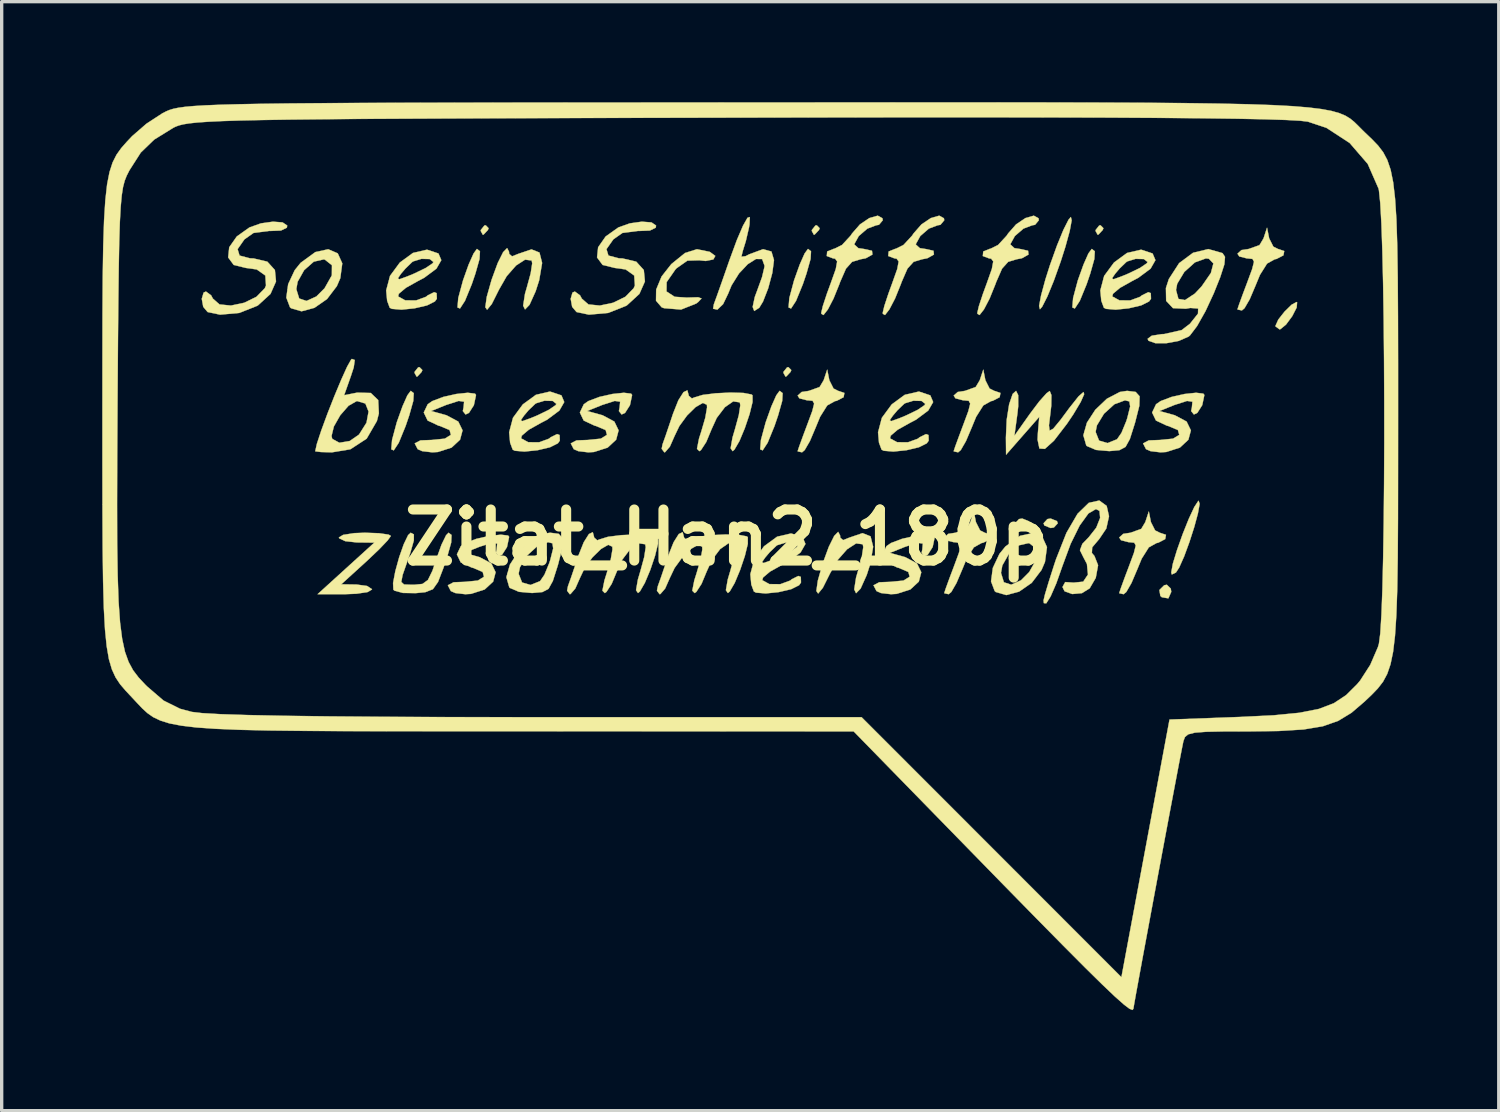
<source format=kicad_pcb>
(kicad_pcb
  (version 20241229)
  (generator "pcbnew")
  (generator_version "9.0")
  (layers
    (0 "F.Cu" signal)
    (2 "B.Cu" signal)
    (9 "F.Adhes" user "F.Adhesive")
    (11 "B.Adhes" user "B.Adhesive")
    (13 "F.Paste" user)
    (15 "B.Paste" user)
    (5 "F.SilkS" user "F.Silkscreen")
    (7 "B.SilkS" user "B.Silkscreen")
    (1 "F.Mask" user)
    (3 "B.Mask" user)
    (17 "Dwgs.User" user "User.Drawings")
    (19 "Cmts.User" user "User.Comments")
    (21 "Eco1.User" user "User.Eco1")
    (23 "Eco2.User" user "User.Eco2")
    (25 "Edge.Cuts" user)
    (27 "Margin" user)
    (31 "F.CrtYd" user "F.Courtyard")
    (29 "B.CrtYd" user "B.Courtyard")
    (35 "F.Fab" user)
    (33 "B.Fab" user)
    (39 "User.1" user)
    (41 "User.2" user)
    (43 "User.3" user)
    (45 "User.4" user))
  (footprint "Zitat_Han2_180p"
    (layer "F.Cu")
    (at 18.632 12.986)
    (property "Reference" "Zitat_Han2_180p" (at 0 0 0) (layer "F.SilkS") (effects (font (size 1.524 1.524) (thickness 0.3))))
    (attr through_hole)
    (fp_poly (pts (xy -9.08 -4.994) (xy -9.102 -4.939) (xy -9.228 -4.804) (xy -9.251 -4.798) (xy -9.312 -4.907) (xy -9.313 -4.939) (xy -9.205 -5.075) (xy -9.164 -5.08) (xy -9.08 -4.994)) (stroke (width 0.01) (type solid)) (fill yes) (layer "F.SilkS"))
    (fp_poly (pts (xy -7.104 -9.227) (xy -7.126 -9.172) (xy -7.253 -9.038) (xy -7.276 -9.031) (xy -7.336 -9.14) (xy -7.338 -9.172) (xy -7.229 -9.308) (xy -7.188 -9.313) (xy -7.104 -9.227)) (stroke (width 0.01) (type solid)) (fill yes) (layer "F.SilkS"))
    (fp_poly (pts (xy 1.927 -4.994) (xy 1.905 -4.939) (xy 1.778 -4.804) (xy 1.756 -4.798) (xy 1.695 -4.907) (xy 1.693 -4.939) (xy 1.802 -5.075) (xy 1.843 -5.08) (xy 1.927 -4.994)) (stroke (width 0.01) (type solid)) (fill yes) (layer "F.SilkS"))
    (fp_poly (pts (xy 2.774 -9.227) (xy 2.752 -9.172) (xy 2.625 -9.038) (xy 2.602 -9.031) (xy 2.542 -9.14) (xy 2.54 -9.172) (xy 2.648 -9.308) (xy 2.689 -9.313) (xy 2.774 -9.227)) (stroke (width 0.01) (type solid)) (fill yes) (layer "F.SilkS"))
    (fp_poly (pts (xy 9.007 -0.488) (xy 9.031 -0.423) (xy 8.917 -0.298) (xy 8.819 -0.282) (xy 8.632 -0.358) (xy 8.608 -0.423) (xy 8.722 -0.549) (xy 8.819 -0.564) (xy 9.007 -0.488)) (stroke (width 0.01) (type solid)) (fill yes) (layer "F.SilkS"))
    (fp_poly (pts (xy 9.854 -0.488) (xy 9.878 -0.423) (xy 9.763 -0.298) (xy 9.666 -0.282) (xy 9.478 -0.358) (xy 9.454 -0.423) (xy 9.569 -0.549) (xy 9.666 -0.564) (xy 9.854 -0.488)) (stroke (width 0.01) (type solid)) (fill yes) (layer "F.SilkS"))
    (fp_poly (pts (xy 11.24 -9.227) (xy 11.218 -9.172) (xy 11.092 -9.038) (xy 11.069 -9.031) (xy 11.008 -9.14) (xy 11.007 -9.172) (xy 11.115 -9.308) (xy 11.156 -9.313) (xy 11.24 -9.227)) (stroke (width 0.01) (type solid)) (fill yes) (layer "F.SilkS"))
    (fp_poly (pts (xy 13.25 1.526) (xy 13.264 1.623) (xy 13.178 1.817) (xy 12.983 1.783) (xy 12.939 1.744) (xy 12.91 1.568) (xy 13.054 1.426) (xy 13.132 1.411) (xy 13.25 1.526)) (stroke (width 0.01) (type solid)) (fill yes) (layer "F.SilkS"))
    (fp_poly (pts (xy 17.019 -7.017) (xy 17.006 -6.86) (xy 16.873 -6.601) (xy 16.687 -6.35) (xy 16.518 -6.213) (xy 16.494 -6.209) (xy 16.374 -6.298) (xy 16.374 -6.315) (xy 16.458 -6.501) (xy 16.646 -6.74) (xy 16.855 -6.945) (xy 17.003 -7.025) (xy 17.019 -7.017)) (stroke (width 0.01) (type solid)) (fill yes) (layer "F.SilkS"))
    (fp_poly (pts (xy -9.337 -4.306) (xy -9.351 -4.074) (xy -9.472 -3.642) (xy -9.58 -3.325) (xy -9.784 -2.826) (xy -9.934 -2.598) (xy -10.007 -2.63) (xy -9.984 -2.912) (xy -9.844 -3.434) (xy -9.839 -3.449) (xy -9.674 -3.91) (xy -9.527 -4.241) (xy -9.428 -4.374) (xy -9.426 -4.374) (xy -9.337 -4.306)) (stroke (width 0.01) (type solid)) (fill yes) (layer "F.SilkS"))
    (fp_poly (pts (xy -7.362 -8.539) (xy -7.375 -8.307) (xy -7.497 -7.876) (xy -7.605 -7.558) (xy -7.809 -7.06) (xy -7.958 -6.831) (xy -8.032 -6.863) (xy -8.009 -7.145) (xy -7.868 -7.667) (xy -7.863 -7.682) (xy -7.699 -8.143) (xy -7.551 -8.475) (xy -7.453 -8.608) (xy -7.45 -8.608) (xy -7.362 -8.539)) (stroke (width 0.01) (type solid)) (fill yes) (layer "F.SilkS"))
    (fp_poly (pts (xy 1.669 -4.306) (xy 1.656 -4.074) (xy 1.534 -3.642) (xy 1.426 -3.325) (xy 1.222 -2.826) (xy 1.073 -2.598) (xy 1 -2.63) (xy 1.022 -2.912) (xy 1.163 -3.434) (xy 1.168 -3.449) (xy 1.333 -3.91) (xy 1.48 -4.241) (xy 1.578 -4.374) (xy 1.581 -4.374) (xy 1.669 -4.306)) (stroke (width 0.01) (type solid)) (fill yes) (layer "F.SilkS"))
    (fp_poly (pts (xy 2.516 -8.539) (xy 2.502 -8.307) (xy 2.381 -7.876) (xy 2.273 -7.558) (xy 2.069 -7.06) (xy 1.92 -6.831) (xy 1.846 -6.863) (xy 1.869 -7.145) (xy 2.009 -7.667) (xy 2.014 -7.682) (xy 2.179 -8.143) (xy 2.326 -8.475) (xy 2.425 -8.608) (xy 2.428 -8.608) (xy 2.516 -8.539)) (stroke (width 0.01) (type solid)) (fill yes) (layer "F.SilkS"))
    (fp_poly (pts (xy 10.983 -8.539) (xy 10.969 -8.307) (xy 10.848 -7.876) (xy 10.74 -7.558) (xy 10.536 -7.06) (xy 10.386 -6.831) (xy 10.313 -6.863) (xy 10.336 -7.145) (xy 10.476 -7.667) (xy 10.481 -7.682) (xy 10.646 -8.143) (xy 10.793 -8.475) (xy 10.892 -8.608) (xy 10.894 -8.608) (xy 10.983 -8.539)) (stroke (width 0.01) (type solid)) (fill yes) (layer "F.SilkS"))
    (fp_poly (pts (xy 10.293 -9.461) (xy 10.235 -9.146) (xy 10.105 -8.671) (xy 9.967 -8.238) (xy 9.76 -7.658) (xy 9.567 -7.188) (xy 9.414 -6.887) (xy 9.346 -6.808) (xy 9.321 -6.908) (xy 9.38 -7.222) (xy 9.509 -7.698) (xy 9.647 -8.131) (xy 9.855 -8.711) (xy 10.048 -9.181) (xy 10.2 -9.482) (xy 10.269 -9.561) (xy 10.293 -9.461)) (stroke (width 0.01) (type solid)) (fill yes) (layer "F.SilkS"))
    (fp_poly (pts (xy 14.111 -1.002) (xy 14.06 -0.718) (xy 13.951 -0.314) (xy 13.806 0.137) (xy 13.649 0.565) (xy 13.501 0.897) (xy 13.404 1.046) (xy 13.28 1.105) (xy 13.264 1.043) (xy 13.312 0.781) (xy 13.436 0.375) (xy 13.603 -0.096) (xy 13.785 -0.55) (xy 13.951 -0.907) (xy 14.069 -1.088) (xy 14.081 -1.095) (xy 14.111 -1.002)) (stroke (width 0.01) (type solid)) (fill yes) (layer "F.SilkS"))
    (fp_poly (pts (xy -10.37 -0.126) (xy -10.088 -0.085) (xy -10.019 -0.046) (xy -10.116 0.088) (xy -10.371 0.355) (xy -10.73 0.696) (xy -10.76 0.723) (xy -11.501 1.398) (xy -11.042 1.405) (xy -10.73 1.447) (xy -10.585 1.542) (xy -10.583 1.552) (xy -10.711 1.628) (xy -11.043 1.679) (xy -11.395 1.693) (xy -12.206 1.693) (xy -11.359 0.923) (xy -10.513 0.154) (xy -11.042 0.148) (xy -11.382 0.11) (xy -11.562 0.025) (xy -11.571 0) (xy -11.444 -0.077) (xy -11.114 -0.129) (xy -10.795 -0.141) (xy -10.37 -0.126)) (stroke (width 0.01) (type solid)) (fill yes) (layer "F.SilkS"))
    (fp_poly (pts (xy -0.506 -8.522) (xy -0.34 -8.401) (xy -0.398 -8.295) (xy -0.626 -8.25) (xy -0.817 -8.27) (xy -1.172 -8.26) (xy -1.494 -8.034) (xy -1.53 -7.996) (xy -1.792 -7.619) (xy -1.796 -7.34) (xy -1.553 -7.181) (xy -1.194 -7.157) (xy -0.851 -7.167) (xy -0.75 -7.131) (xy -0.853 -7.023) (xy -0.909 -6.98) (xy -1.361 -6.8) (xy -1.868 -6.841) (xy -1.94 -6.867) (xy -2.109 -7.064) (xy -2.104 -7.396) (xy -1.941 -7.789) (xy -1.651 -8.157) (xy -1.243 -8.488) (xy -0.887 -8.6) (xy -0.506 -8.522)) (stroke (width 0.01) (type solid)) (fill yes) (layer "F.SilkS"))
    (fp_poly (pts (xy -6.494 -8.525) (xy -6.491 -8.462) (xy -6.405 -8.388) (xy -6.218 -8.462) (xy -5.824 -8.595) (xy -5.586 -8.501) (xy -5.507 -8.19) (xy -5.595 -7.674) (xy -5.7 -7.346) (xy -5.883 -6.941) (xy -6.017 -6.803) (xy -6.073 -6.917) (xy -6.018 -7.27) (xy -5.961 -7.468) (xy -5.848 -7.882) (xy -5.803 -8.177) (xy -5.818 -8.264) (xy -6.015 -8.289) (xy -6.283 -8.116) (xy -6.564 -7.796) (xy -6.793 -7.396) (xy -7.009 -6.965) (xy -7.149 -6.794) (xy -7.202 -6.87) (xy -7.159 -7.179) (xy -7.014 -7.691) (xy -6.832 -8.187) (xy -6.671 -8.512) (xy -6.551 -8.634) (xy -6.494 -8.525)) (stroke (width 0.01) (type solid)) (fill yes) (layer "F.SilkS"))
    (fp_poly (pts (xy 3.384 -0.059) (xy 3.387 0.005) (xy 3.473 0.079) (xy 3.66 0.005) (xy 4.053 -0.129) (xy 4.292 -0.034) (xy 4.37 0.277) (xy 4.283 0.793) (xy 4.178 1.12) (xy 3.995 1.526) (xy 3.86 1.664) (xy 3.805 1.549) (xy 3.86 1.196) (xy 3.917 0.999) (xy 4.03 0.585) (xy 4.075 0.289) (xy 4.06 0.203) (xy 3.863 0.177) (xy 3.594 0.351) (xy 3.313 0.67) (xy 3.085 1.07) (xy 2.869 1.502) (xy 2.729 1.673) (xy 2.675 1.597) (xy 2.719 1.288) (xy 2.864 0.776) (xy 3.046 0.28) (xy 3.207 -0.045) (xy 3.326 -0.168) (xy 3.384 -0.059)) (stroke (width 0.01) (type solid)) (fill yes) (layer "F.SilkS"))
    (fp_poly (pts (xy -11.605 -8.477) (xy -11.47 -8.179) (xy -11.529 -7.736) (xy -11.632 -7.498) (xy -11.925 -7.113) (xy -12.302 -6.851) (xy -12.685 -6.748) (xy -12.997 -6.839) (xy -13.029 -6.867) (xy -13.139 -7.156) (xy -13.105 -7.408) (xy -12.841 -7.408) (xy -12.755 -7.13) (xy -12.537 -7.057) (xy -12.243 -7.19) (xy -11.999 -7.434) (xy -11.781 -7.821) (xy -11.778 -8.122) (xy -11.988 -8.289) (xy -12.023 -8.297) (xy -12.32 -8.229) (xy -12.607 -7.976) (xy -12.802 -7.629) (xy -12.841 -7.408) (xy -13.105 -7.408) (xy -13.084 -7.558) (xy -12.888 -7.976) (xy -12.711 -8.195) (xy -12.273 -8.515) (xy -11.889 -8.599) (xy -11.605 -8.477)) (stroke (width 0.01) (type solid)) (fill yes) (layer "F.SilkS"))
    (fp_poly (pts (xy 3.062 -4.692) (xy 3.187 -4.444) (xy 3.326 -4.374) (xy 3.512 -4.312) (xy 3.488 -4.184) (xy 3.282 -4.077) (xy 3.229 -4.067) (xy 2.999 -3.939) (xy 2.787 -3.601) (xy 2.655 -3.281) (xy 2.483 -2.876) (xy 2.327 -2.607) (xy 2.248 -2.54) (xy 2.119 -2.569) (xy 2.117 -2.575) (xy 2.163 -2.715) (xy 2.281 -3.039) (xy 2.398 -3.351) (xy 2.554 -3.772) (xy 2.609 -3.992) (xy 2.564 -4.078) (xy 2.419 -4.092) (xy 2.398 -4.092) (xy 2.169 -4.151) (xy 2.117 -4.233) (xy 2.237 -4.341) (xy 2.453 -4.374) (xy 2.773 -4.489) (xy 2.894 -4.692) (xy 2.999 -5.009) (xy 3.062 -4.692)) (stroke (width 0.01) (type solid)) (fill yes) (layer "F.SilkS"))
    (fp_poly (pts (xy 7.436 -0.459) (xy 7.561 -0.211) (xy 7.7 -0.141) (xy 7.886 -0.079) (xy 7.862 0.049) (xy 7.656 0.156) (xy 7.603 0.167) (xy 7.374 0.295) (xy 7.161 0.633) (xy 7.029 0.953) (xy 6.857 1.357) (xy 6.702 1.626) (xy 6.622 1.693) (xy 6.493 1.664) (xy 6.491 1.658) (xy 6.537 1.518) (xy 6.655 1.194) (xy 6.773 0.882) (xy 6.928 0.462) (xy 6.984 0.241) (xy 6.939 0.156) (xy 6.793 0.141) (xy 6.773 0.141) (xy 6.544 0.082) (xy 6.491 0) (xy 6.611 -0.108) (xy 6.827 -0.141) (xy 7.148 -0.256) (xy 7.269 -0.459) (xy 7.374 -0.776) (xy 7.436 -0.459)) (stroke (width 0.01) (type solid)) (fill yes) (layer "F.SilkS"))
    (fp_poly (pts (xy 7.718 -4.692) (xy 7.843 -4.444) (xy 7.983 -4.374) (xy 8.168 -4.312) (xy 8.144 -4.184) (xy 7.938 -4.077) (xy 7.886 -4.067) (xy 7.656 -3.939) (xy 7.443 -3.601) (xy 7.311 -3.281) (xy 7.139 -2.876) (xy 6.984 -2.607) (xy 6.905 -2.54) (xy 6.775 -2.569) (xy 6.773 -2.575) (xy 6.819 -2.715) (xy 6.938 -3.039) (xy 7.055 -3.351) (xy 7.211 -3.772) (xy 7.266 -3.992) (xy 7.221 -4.078) (xy 7.075 -4.092) (xy 7.055 -4.092) (xy 6.826 -4.151) (xy 6.773 -4.233) (xy 6.894 -4.341) (xy 7.11 -4.374) (xy 7.43 -4.489) (xy 7.551 -4.692) (xy 7.656 -5.009) (xy 7.718 -4.692)) (stroke (width 0.01) (type solid)) (fill yes) (layer "F.SilkS"))
    (fp_poly (pts (xy 9.42 -0.01) (xy 9.556 0.288) (xy 9.496 0.731) (xy 9.394 0.968) (xy 9.101 1.354) (xy 8.724 1.616) (xy 8.341 1.719) (xy 8.029 1.628) (xy 7.996 1.599) (xy 7.887 1.31) (xy 7.921 1.058) (xy 8.184 1.058) (xy 8.27 1.337) (xy 8.489 1.409) (xy 8.782 1.277) (xy 9.026 1.032) (xy 9.244 0.645) (xy 9.248 0.345) (xy 9.037 0.177) (xy 9.003 0.169) (xy 8.706 0.238) (xy 8.419 0.49) (xy 8.223 0.837) (xy 8.184 1.058) (xy 7.921 1.058) (xy 7.941 0.908) (xy 8.137 0.491) (xy 8.315 0.271) (xy 8.752 -0.049) (xy 9.137 -0.132) (xy 9.42 -0.01)) (stroke (width 0.01) (type solid)) (fill yes) (layer "F.SilkS"))
    (fp_poly (pts (xy 12.657 -0.459) (xy 12.782 -0.211) (xy 12.921 -0.141) (xy 13.107 -0.079) (xy 13.083 0.049) (xy 12.877 0.156) (xy 12.825 0.167) (xy 12.595 0.295) (xy 12.382 0.633) (xy 12.25 0.953) (xy 12.078 1.357) (xy 11.923 1.626) (xy 11.843 1.693) (xy 11.714 1.664) (xy 11.712 1.658) (xy 11.758 1.518) (xy 11.876 1.194) (xy 11.994 0.882) (xy 12.15 0.462) (xy 12.205 0.241) (xy 12.16 0.156) (xy 12.014 0.141) (xy 11.994 0.141) (xy 11.765 0.082) (xy 11.712 0) (xy 11.832 -0.108) (xy 12.049 -0.141) (xy 12.369 -0.256) (xy 12.49 -0.459) (xy 12.595 -0.776) (xy 12.657 -0.459)) (stroke (width 0.01) (type solid)) (fill yes) (layer "F.SilkS"))
    (fp_poly (pts (xy 16.185 -8.925) (xy 16.31 -8.677) (xy 16.449 -8.608) (xy 16.635 -8.546) (xy 16.611 -8.417) (xy 16.405 -8.31) (xy 16.352 -8.3) (xy 16.123 -8.172) (xy 15.91 -7.834) (xy 15.778 -7.514) (xy 15.606 -7.109) (xy 15.45 -6.84) (xy 15.371 -6.773) (xy 15.242 -6.802) (xy 15.24 -6.809) (xy 15.286 -6.948) (xy 15.404 -7.272) (xy 15.522 -7.585) (xy 15.677 -8.005) (xy 15.733 -8.226) (xy 15.688 -8.311) (xy 15.542 -8.326) (xy 15.522 -8.326) (xy 15.293 -8.385) (xy 15.24 -8.467) (xy 15.36 -8.575) (xy 15.576 -8.608) (xy 15.897 -8.722) (xy 16.018 -8.925) (xy 16.122 -9.243) (xy 16.185 -8.925)) (stroke (width 0.01) (type solid)) (fill yes) (layer "F.SilkS"))
    (fp_poly (pts (xy -8.21 -0.075) (xy -8.22 0.151) (xy -8.338 0.573) (xy -8.454 0.916) (xy -8.613 1.328) (xy -8.765 1.543) (xy -8.991 1.632) (xy -9.279 1.661) (xy -9.661 1.655) (xy -9.911 1.588) (xy -9.945 1.558) (xy -9.954 1.359) (xy -9.887 1.006) (xy -9.772 0.589) (xy -9.635 0.2) (xy -9.505 -0.07) (xy -9.429 -0.141) (xy -9.334 -0.092) (xy -9.335 0.09) (xy -9.439 0.456) (xy -9.525 0.706) (xy -9.669 1.117) (xy -9.709 1.327) (xy -9.626 1.403) (xy -9.401 1.411) (xy -9.321 1.411) (xy -9.076 1.386) (xy -8.914 1.268) (xy -8.779 0.992) (xy -8.66 0.635) (xy -8.51 0.217) (xy -8.373 -0.065) (xy -8.3 -0.141) (xy -8.21 -0.075)) (stroke (width 0.01) (type solid)) (fill yes) (layer "F.SilkS"))
    (fp_poly (pts (xy -5.013 -0.109) (xy -4.895 0.022) (xy -4.904 0.305) (xy -5.028 0.794) (xy -5.047 0.859) (xy -5.187 1.298) (xy -5.316 1.532) (xy -5.498 1.629) (xy -5.796 1.656) (xy -5.803 1.657) (xy -6.198 1.622) (xy -6.468 1.506) (xy -6.487 1.486) (xy -6.574 1.185) (xy -6.545 1.083) (xy -6.209 1.083) (xy -6.106 1.343) (xy -5.852 1.417) (xy -5.568 1.303) (xy -5.436 1.109) (xy -5.293 0.761) (xy -5.264 0.67) (xy -5.177 0.326) (xy -5.2 0.174) (xy -5.331 0.141) (xy -5.647 0.258) (xy -5.958 0.541) (xy -6.169 0.89) (xy -6.209 1.083) (xy -6.545 1.083) (xy -6.467 0.808) (xy -6.217 0.423) (xy -5.873 0.095) (xy -5.485 -0.107) (xy -5.269 -0.141) (xy -5.013 -0.109)) (stroke (width 0.01) (type solid)) (fill yes) (layer "F.SilkS"))
    (fp_poly (pts (xy 8.697 -4.248) (xy 8.698 -3.916) (xy 8.675 -3.704) (xy 8.584 -3.034) (xy 9.055 -3.7) (xy 9.327 -4.06) (xy 9.545 -4.304) (xy 9.639 -4.37) (xy 9.688 -4.248) (xy 9.684 -3.932) (xy 9.658 -3.704) (xy 9.615 -3.345) (xy 9.634 -3.189) (xy 9.743 -3.245) (xy 9.968 -3.518) (xy 10.217 -3.855) (xy 10.497 -4.208) (xy 10.645 -4.339) (xy 10.666 -4.276) (xy 10.564 -4.045) (xy 10.342 -3.673) (xy 10.152 -3.391) (xy 9.766 -2.889) (xy 9.493 -2.643) (xy 9.33 -2.654) (xy 9.275 -2.919) (xy 9.285 -3.118) (xy 9.326 -3.598) (xy 8.831 -3.034) (xy 8.336 -2.469) (xy 8.331 -2.981) (xy 8.355 -3.515) (xy 8.427 -3.973) (xy 8.532 -4.282) (xy 8.634 -4.374) (xy 8.697 -4.248)) (stroke (width 0.01) (type solid)) (fill yes) (layer "F.SilkS"))
    (fp_poly (pts (xy 12.203 -4.342) (xy 12.32 -4.211) (xy 12.311 -3.928) (xy 12.188 -3.44) (xy 12.168 -3.374) (xy 12.029 -2.936) (xy 11.9 -2.702) (xy 11.718 -2.605) (xy 11.419 -2.577) (xy 11.413 -2.577) (xy 11.018 -2.612) (xy 10.748 -2.727) (xy 10.728 -2.747) (xy 10.641 -3.049) (xy 10.67 -3.15) (xy 11.007 -3.15) (xy 11.11 -2.89) (xy 11.363 -2.816) (xy 11.647 -2.93) (xy 11.78 -3.124) (xy 11.923 -3.472) (xy 11.952 -3.563) (xy 12.038 -3.907) (xy 12.015 -4.059) (xy 11.884 -4.092) (xy 11.568 -3.975) (xy 11.257 -3.692) (xy 11.046 -3.344) (xy 11.007 -3.15) (xy 10.67 -3.15) (xy 10.748 -3.425) (xy 10.999 -3.811) (xy 11.343 -4.138) (xy 11.73 -4.341) (xy 11.947 -4.374) (xy 12.203 -4.342)) (stroke (width 0.01) (type solid)) (fill yes) (layer "F.SilkS"))
    (fp_poly (pts (xy -7.509 -4.291) (xy -7.479 -4.251) (xy -7.543 -3.947) (xy -7.689 -3.718) (xy -7.791 -3.669) (xy -7.873 -3.772) (xy -7.851 -3.881) (xy -7.835 -4.051) (xy -7.997 -4.074) (xy -8.367 -3.955) (xy -8.422 -3.933) (xy -8.819 -3.773) (xy -8.361 -3.646) (xy -8.009 -3.458) (xy -7.881 -3.195) (xy -7.956 -2.916) (xy -8.209 -2.681) (xy -8.617 -2.55) (xy -8.787 -2.54) (xy -9.087 -2.576) (xy -9.219 -2.634) (xy -9.308 -2.807) (xy -9.137 -2.896) (xy -8.799 -2.909) (xy -8.413 -2.948) (xy -8.228 -3.062) (xy -8.268 -3.205) (xy -8.556 -3.326) (xy -8.596 -3.335) (xy -8.923 -3.489) (xy -9.038 -3.728) (xy -8.92 -3.975) (xy -8.784 -4.069) (xy -8.457 -4.193) (xy -8.073 -4.28) (xy -7.726 -4.317) (xy -7.509 -4.291)) (stroke (width 0.01) (type solid)) (fill yes) (layer "F.SilkS"))
    (fp_poly (pts (xy -6.521 -0.057) (xy -6.491 -0.018) (xy -6.555 0.286) (xy -6.701 0.515) (xy -6.804 0.564) (xy -6.885 0.461) (xy -6.863 0.353) (xy -6.848 0.183) (xy -7.009 0.159) (xy -7.379 0.279) (xy -7.434 0.301) (xy -7.832 0.46) (xy -7.373 0.587) (xy -7.021 0.775) (xy -6.894 1.038) (xy -6.968 1.318) (xy -7.221 1.552) (xy -7.63 1.683) (xy -7.799 1.693) (xy -8.099 1.658) (xy -8.231 1.599) (xy -8.32 1.426) (xy -8.149 1.337) (xy -7.811 1.324) (xy -7.425 1.286) (xy -7.241 1.171) (xy -7.281 1.029) (xy -7.568 0.907) (xy -7.608 0.898) (xy -7.935 0.744) (xy -8.05 0.505) (xy -7.932 0.258) (xy -7.796 0.165) (xy -7.469 0.041) (xy -7.085 -0.046) (xy -6.738 -0.083) (xy -6.521 -0.057)) (stroke (width 0.01) (type solid)) (fill yes) (layer "F.SilkS"))
    (fp_poly (pts (xy -2.852 -4.291) (xy -2.822 -4.251) (xy -2.886 -3.947) (xy -3.032 -3.718) (xy -3.135 -3.669) (xy -3.216 -3.772) (xy -3.195 -3.881) (xy -3.179 -4.051) (xy -3.34 -4.074) (xy -3.71 -3.955) (xy -3.766 -3.933) (xy -4.163 -3.773) (xy -3.704 -3.646) (xy -3.352 -3.458) (xy -3.225 -3.195) (xy -3.299 -2.916) (xy -3.552 -2.681) (xy -3.961 -2.55) (xy -4.13 -2.54) (xy -4.43 -2.576) (xy -4.563 -2.634) (xy -4.652 -2.807) (xy -4.481 -2.896) (xy -4.142 -2.909) (xy -3.756 -2.948) (xy -3.572 -3.062) (xy -3.612 -3.205) (xy -3.899 -3.326) (xy -3.939 -3.335) (xy -4.267 -3.489) (xy -4.381 -3.728) (xy -4.263 -3.975) (xy -4.128 -4.069) (xy -3.8 -4.193) (xy -3.416 -4.28) (xy -3.069 -4.317) (xy -2.852 -4.291)) (stroke (width 0.01) (type solid)) (fill yes) (layer "F.SilkS"))
    (fp_poly (pts (xy 6.179 -0.057) (xy 6.209 -0.018) (xy 6.145 0.286) (xy 5.999 0.515) (xy 5.896 0.564) (xy 5.815 0.461) (xy 5.837 0.353) (xy 5.852 0.183) (xy 5.691 0.159) (xy 5.321 0.279) (xy 5.266 0.301) (xy 4.868 0.46) (xy 5.327 0.587) (xy 5.679 0.775) (xy 5.806 1.038) (xy 5.732 1.318) (xy 5.479 1.552) (xy 5.07 1.683) (xy 4.901 1.693) (xy 4.601 1.658) (xy 4.469 1.599) (xy 4.38 1.426) (xy 4.551 1.337) (xy 4.889 1.324) (xy 5.275 1.286) (xy 5.459 1.171) (xy 5.419 1.029) (xy 5.132 0.907) (xy 5.092 0.898) (xy 4.765 0.744) (xy 4.65 0.505) (xy 4.768 0.258) (xy 4.904 0.165) (xy 5.231 0.041) (xy 5.615 -0.046) (xy 5.962 -0.083) (xy 6.179 -0.057)) (stroke (width 0.01) (type solid)) (fill yes) (layer "F.SilkS"))
    (fp_poly (pts (xy 14.222 -4.291) (xy 14.252 -4.251) (xy 14.188 -3.947) (xy 14.042 -3.718) (xy 13.94 -3.669) (xy 13.858 -3.772) (xy 13.88 -3.881) (xy 13.896 -4.051) (xy 13.735 -4.074) (xy 13.364 -3.955) (xy 13.309 -3.933) (xy 12.912 -3.773) (xy 13.37 -3.646) (xy 13.722 -3.458) (xy 13.85 -3.195) (xy 13.775 -2.916) (xy 13.522 -2.681) (xy 13.114 -2.55) (xy 12.944 -2.54) (xy 12.645 -2.576) (xy 12.512 -2.634) (xy 12.423 -2.807) (xy 12.594 -2.896) (xy 12.932 -2.909) (xy 13.318 -2.948) (xy 13.503 -3.062) (xy 13.463 -3.205) (xy 13.175 -3.326) (xy 13.135 -3.335) (xy 12.808 -3.489) (xy 12.693 -3.728) (xy 12.811 -3.975) (xy 12.947 -4.069) (xy 13.274 -4.193) (xy 13.658 -4.28) (xy 14.005 -4.317) (xy 14.222 -4.291)) (stroke (width 0.01) (type solid)) (fill yes) (layer "F.SilkS"))
    (fp_poly (pts (xy -11.097 -5.295) (xy -11.128 -5.074) (xy -11.213 -4.814) (xy -11.414 -4.244) (xy -11.026 -4.321) (xy -10.619 -4.311) (xy -10.398 -4.098) (xy -10.378 -3.703) (xy -10.437 -3.474) (xy -10.742 -2.948) (xy -11.229 -2.631) (xy -11.778 -2.54) (xy -12.106 -2.549) (xy -12.272 -2.57) (xy -12.276 -2.575) (xy -12.226 -2.799) (xy -12.151 -3.025) (xy -11.791 -3.025) (xy -11.768 -2.94) (xy -11.556 -2.826) (xy -11.249 -2.877) (xy -10.971 -3.069) (xy -10.747 -3.424) (xy -10.685 -3.757) (xy -10.78 -3.996) (xy -11.025 -4.069) (xy -11.042 -4.067) (xy -11.283 -3.93) (xy -11.531 -3.645) (xy -11.721 -3.311) (xy -11.791 -3.025) (xy -12.151 -3.025) (xy -12.096 -3.193) (xy -11.914 -3.688) (xy -11.706 -4.216) (xy -11.5 -4.708) (xy -11.325 -5.095) (xy -11.206 -5.307) (xy -11.184 -5.327) (xy -11.097 -5.295)) (stroke (width 0.01) (type solid)) (fill yes) (layer "F.SilkS"))
    (fp_poly (pts (xy 0.681 -9.345) (xy 0.664 -9.243) (xy 0.571 -8.843) (xy 0.482 -8.556) (xy 0.438 -8.377) (xy 0.558 -8.391) (xy 0.675 -8.45) (xy 1.086 -8.601) (xy 1.335 -8.532) (xy 1.411 -8.276) (xy 1.361 -7.893) (xy 1.239 -7.437) (xy 1.083 -7.037) (xy 0.971 -6.853) (xy 0.821 -6.757) (xy 0.775 -6.879) (xy 0.838 -7.175) (xy 0.915 -7.382) (xy 1.055 -7.769) (xy 1.126 -8.07) (xy 1.129 -8.109) (xy 1.057 -8.307) (xy 0.874 -8.309) (xy 0.628 -8.154) (xy 0.368 -7.878) (xy 0.144 -7.52) (xy 0.044 -7.276) (xy -0.107 -6.962) (xy -0.278 -6.798) (xy -0.406 -6.825) (xy -0.383 -6.958) (xy -0.298 -7.191) (xy -0.149 -7.611) (xy 0.035 -8.137) (xy 0.086 -8.283) (xy 0.305 -8.878) (xy 0.488 -9.304) (xy 0.621 -9.539) (xy 0.69 -9.56) (xy 0.681 -9.345)) (stroke (width 0.01) (type solid)) (fill yes) (layer "F.SilkS"))
    (fp_poly (pts (xy 4.647 -9.524) (xy 4.657 -9.464) (xy 4.543 -9.329) (xy 4.455 -9.313) (xy 4.197 -9.215) (xy 3.941 -8.994) (xy 3.811 -8.759) (xy 3.81 -8.739) (xy 3.928 -8.632) (xy 4.092 -8.608) (xy 4.335 -8.555) (xy 4.348 -8.441) (xy 4.152 -8.331) (xy 3.992 -8.3) (xy 3.742 -8.224) (xy 3.559 -8.021) (xy 3.384 -7.621) (xy 3.363 -7.562) (xy 3.188 -7.129) (xy 3.02 -6.805) (xy 2.888 -6.637) (xy 2.824 -6.674) (xy 2.822 -6.71) (xy 2.869 -6.907) (xy 2.99 -7.274) (xy 3.104 -7.585) (xy 3.255 -8.01) (xy 3.296 -8.235) (xy 3.234 -8.319) (xy 3.174 -8.326) (xy 2.986 -8.397) (xy 2.998 -8.532) (xy 3.197 -8.613) (xy 3.21 -8.613) (xy 3.442 -8.728) (xy 3.697 -9.004) (xy 3.742 -9.072) (xy 3.978 -9.342) (xy 4.258 -9.53) (xy 4.507 -9.601) (xy 4.647 -9.524)) (stroke (width 0.01) (type solid)) (fill yes) (layer "F.SilkS"))
    (fp_poly (pts (xy 6.481 -9.524) (xy 6.491 -9.464) (xy 6.378 -9.329) (xy 6.29 -9.313) (xy 6.031 -9.215) (xy 5.776 -8.994) (xy 5.646 -8.759) (xy 5.644 -8.739) (xy 5.763 -8.632) (xy 5.927 -8.608) (xy 6.17 -8.555) (xy 6.183 -8.441) (xy 5.987 -8.331) (xy 5.827 -8.3) (xy 5.576 -8.224) (xy 5.393 -8.021) (xy 5.219 -7.621) (xy 5.198 -7.562) (xy 5.023 -7.129) (xy 4.854 -6.805) (xy 4.723 -6.637) (xy 4.659 -6.674) (xy 4.657 -6.71) (xy 4.704 -6.907) (xy 4.825 -7.274) (xy 4.938 -7.585) (xy 5.089 -8.01) (xy 5.131 -8.235) (xy 5.069 -8.319) (xy 5.009 -8.326) (xy 4.82 -8.397) (xy 4.832 -8.532) (xy 5.031 -8.613) (xy 5.045 -8.613) (xy 5.276 -8.728) (xy 5.531 -9.004) (xy 5.576 -9.072) (xy 5.813 -9.342) (xy 6.093 -9.53) (xy 6.341 -9.601) (xy 6.481 -9.524)) (stroke (width 0.01) (type solid)) (fill yes) (layer "F.SilkS"))
    (fp_poly (pts (xy 9.304 -9.524) (xy 9.313 -9.464) (xy 9.2 -9.329) (xy 9.112 -9.313) (xy 8.854 -9.215) (xy 8.598 -8.994) (xy 8.468 -8.759) (xy 8.467 -8.739) (xy 8.585 -8.632) (xy 8.749 -8.608) (xy 8.992 -8.555) (xy 9.005 -8.441) (xy 8.809 -8.331) (xy 8.649 -8.3) (xy 8.398 -8.224) (xy 8.216 -8.021) (xy 8.041 -7.621) (xy 8.02 -7.562) (xy 7.845 -7.129) (xy 7.676 -6.805) (xy 7.545 -6.637) (xy 7.481 -6.674) (xy 7.479 -6.71) (xy 7.526 -6.907) (xy 7.647 -7.274) (xy 7.761 -7.585) (xy 7.911 -8.01) (xy 7.953 -8.235) (xy 7.891 -8.319) (xy 7.831 -8.326) (xy 7.642 -8.397) (xy 7.655 -8.532) (xy 7.854 -8.613) (xy 7.867 -8.613) (xy 8.098 -8.728) (xy 8.353 -9.004) (xy 8.398 -9.072) (xy 8.635 -9.342) (xy 8.915 -9.53) (xy 9.163 -9.601) (xy 9.304 -9.524)) (stroke (width 0.01) (type solid)) (fill yes) (layer "F.SilkS"))
    (fp_poly (pts (xy -13.25 -9.4) (xy -13.113 -9.307) (xy -13.123 -9.243) (xy -13.298 -9.158) (xy -13.624 -9.145) (xy -13.643 -9.147) (xy -14.117 -9.086) (xy -14.389 -8.895) (xy -14.593 -8.603) (xy -14.535 -8.411) (xy -14.219 -8.328) (xy -14.12 -8.326) (xy -13.706 -8.229) (xy -13.48 -7.979) (xy -13.447 -7.638) (xy -13.611 -7.267) (xy -13.979 -6.93) (xy -14.009 -6.911) (xy -14.543 -6.699) (xy -15.116 -6.648) (xy -15.487 -6.726) (xy -15.618 -6.881) (xy -15.662 -7.12) (xy -15.607 -7.306) (xy -15.537 -7.338) (xy -15.383 -7.225) (xy -15.33 -7.126) (xy -15.133 -6.953) (xy -14.792 -6.919) (xy -14.394 -7.003) (xy -14.029 -7.182) (xy -13.782 -7.435) (xy -13.746 -7.518) (xy -13.765 -7.815) (xy -14.022 -7.997) (xy -14.341 -8.041) (xy -14.709 -8.131) (xy -14.874 -8.355) (xy -14.843 -8.658) (xy -14.618 -8.98) (xy -14.239 -9.25) (xy -13.896 -9.372) (xy -13.538 -9.422) (xy -13.25 -9.4)) (stroke (width 0.01) (type solid)) (fill yes) (layer "F.SilkS"))
    (fp_poly (pts (xy -2.243 -9.4) (xy -2.107 -9.307) (xy -2.117 -9.243) (xy -2.291 -9.158) (xy -2.618 -9.145) (xy -2.636 -9.147) (xy -3.111 -9.086) (xy -3.382 -8.895) (xy -3.587 -8.603) (xy -3.529 -8.411) (xy -3.212 -8.328) (xy -3.113 -8.326) (xy -2.699 -8.229) (xy -2.473 -7.979) (xy -2.44 -7.638) (xy -2.605 -7.267) (xy -2.972 -6.93) (xy -3.002 -6.911) (xy -3.537 -6.699) (xy -4.11 -6.648) (xy -4.48 -6.726) (xy -4.611 -6.881) (xy -4.655 -7.12) (xy -4.601 -7.306) (xy -4.531 -7.338) (xy -4.376 -7.225) (xy -4.323 -7.126) (xy -4.126 -6.953) (xy -3.785 -6.919) (xy -3.388 -7.003) (xy -3.022 -7.182) (xy -2.776 -7.435) (xy -2.739 -7.518) (xy -2.759 -7.815) (xy -3.015 -7.997) (xy -3.334 -8.041) (xy -3.702 -8.131) (xy -3.868 -8.355) (xy -3.836 -8.658) (xy -3.612 -8.98) (xy -3.232 -9.25) (xy -2.889 -9.372) (xy -2.532 -9.422) (xy -2.243 -9.4)) (stroke (width 0.01) (type solid)) (fill yes) (layer "F.SilkS"))
    (fp_poly (pts (xy -8.927 -8.582) (xy -8.6 -8.473) (xy -8.515 -8.274) (xy -8.661 -8.02) (xy -9.026 -7.748) (xy -9.213 -7.65) (xy -9.573 -7.448) (xy -9.782 -7.272) (xy -9.804 -7.192) (xy -9.592 -7.075) (xy -9.266 -7.073) (xy -8.971 -7.181) (xy -8.921 -7.223) (xy -8.729 -7.318) (xy -8.655 -7.291) (xy -8.648 -7.122) (xy -8.706 -7.042) (xy -8.941 -6.924) (xy -9.313 -6.837) (xy -9.702 -6.797) (xy -9.99 -6.821) (xy -10.054 -6.854) (xy -10.131 -7.062) (xy -10.16 -7.372) (xy -10.064 -7.731) (xy -9.812 -7.731) (xy -9.764 -7.704) (xy -9.526 -7.79) (xy -9.328 -7.872) (xy -8.98 -8.04) (xy -8.774 -8.18) (xy -8.75 -8.22) (xy -8.861 -8.307) (xy -9.107 -8.313) (xy -9.352 -8.238) (xy -9.384 -8.218) (xy -9.583 -8.026) (xy -9.715 -7.872) (xy -9.812 -7.731) (xy -10.064 -7.731) (xy -10.045 -7.805) (xy -9.752 -8.203) (xy -9.361 -8.489) (xy -8.953 -8.584) (xy -8.927 -8.582)) (stroke (width 0.01) (type solid)) (fill yes) (layer "F.SilkS"))
    (fp_poly (pts (xy -5.258 -4.349) (xy -4.931 -4.24) (xy -4.847 -4.04) (xy -4.992 -3.787) (xy -5.357 -3.514) (xy -5.544 -3.417) (xy -5.904 -3.215) (xy -6.113 -3.038) (xy -6.135 -2.958) (xy -5.923 -2.842) (xy -5.597 -2.84) (xy -5.303 -2.947) (xy -5.252 -2.989) (xy -5.06 -3.084) (xy -4.986 -3.057) (xy -4.979 -2.889) (xy -5.037 -2.809) (xy -5.272 -2.691) (xy -5.644 -2.603) (xy -6.033 -2.563) (xy -6.322 -2.587) (xy -6.385 -2.621) (xy -6.462 -2.828) (xy -6.491 -3.139) (xy -6.395 -3.498) (xy -6.143 -3.498) (xy -6.095 -3.471) (xy -5.857 -3.556) (xy -5.659 -3.638) (xy -5.311 -3.806) (xy -5.105 -3.947) (xy -5.081 -3.986) (xy -5.192 -4.074) (xy -5.438 -4.08) (xy -5.683 -4.005) (xy -5.715 -3.984) (xy -5.915 -3.793) (xy -6.046 -3.638) (xy -6.143 -3.498) (xy -6.395 -3.498) (xy -6.376 -3.572) (xy -6.083 -3.97) (xy -5.692 -4.256) (xy -5.284 -4.351) (xy -5.258 -4.349)) (stroke (width 0.01) (type solid)) (fill yes) (layer "F.SilkS"))
    (fp_poly (pts (xy 1.939 -0.115) (xy 2.265 -0.006) (xy 2.35 0.193) (xy 2.204 0.447) (xy 1.839 0.719) (xy 1.653 0.817) (xy 1.292 1.019) (xy 1.084 1.195) (xy 1.062 1.275) (xy 1.274 1.392) (xy 1.599 1.394) (xy 1.894 1.286) (xy 1.945 1.244) (xy 2.137 1.149) (xy 2.211 1.176) (xy 2.217 1.344) (xy 2.16 1.425) (xy 1.924 1.543) (xy 1.553 1.63) (xy 1.164 1.67) (xy 0.875 1.646) (xy 0.811 1.612) (xy 0.734 1.405) (xy 0.706 1.095) (xy 0.801 0.735) (xy 1.054 0.735) (xy 1.102 0.763) (xy 1.34 0.677) (xy 1.537 0.595) (xy 1.886 0.427) (xy 2.092 0.286) (xy 2.115 0.247) (xy 2.004 0.16) (xy 1.759 0.154) (xy 1.513 0.228) (xy 1.482 0.249) (xy 1.282 0.441) (xy 1.151 0.595) (xy 1.054 0.735) (xy 0.801 0.735) (xy 0.821 0.662) (xy 1.114 0.263) (xy 1.504 -0.023) (xy 1.913 -0.118) (xy 1.939 -0.115)) (stroke (width 0.01) (type solid)) (fill yes) (layer "F.SilkS"))
    (fp_poly (pts (xy 5.749 -4.349) (xy 6.075 -4.24) (xy 6.16 -4.04) (xy 6.014 -3.787) (xy 5.649 -3.514) (xy 5.463 -3.417) (xy 5.102 -3.215) (xy 4.894 -3.038) (xy 4.872 -2.958) (xy 5.084 -2.842) (xy 5.409 -2.84) (xy 5.704 -2.947) (xy 5.755 -2.989) (xy 5.947 -3.084) (xy 6.021 -3.057) (xy 6.027 -2.889) (xy 5.97 -2.809) (xy 5.734 -2.691) (xy 5.363 -2.603) (xy 4.974 -2.563) (xy 4.685 -2.587) (xy 4.621 -2.621) (xy 4.544 -2.828) (xy 4.516 -3.139) (xy 4.611 -3.498) (xy 4.864 -3.498) (xy 4.912 -3.471) (xy 5.15 -3.556) (xy 5.347 -3.638) (xy 5.696 -3.806) (xy 5.902 -3.947) (xy 5.925 -3.986) (xy 5.814 -4.074) (xy 5.569 -4.08) (xy 5.323 -4.005) (xy 5.292 -3.984) (xy 5.092 -3.793) (xy 4.961 -3.638) (xy 4.864 -3.498) (xy 4.611 -3.498) (xy 4.631 -3.572) (xy 4.924 -3.97) (xy 5.314 -4.256) (xy 5.723 -4.351) (xy 5.749 -4.349)) (stroke (width 0.01) (type solid)) (fill yes) (layer "F.SilkS"))
    (fp_poly (pts (xy 11.337 -0.942) (xy 11.407 -0.633) (xy 11.326 -0.267) (xy 11.116 0.045) (xy 10.905 0.295) (xy 10.896 0.462) (xy 10.972 0.552) (xy 11.081 0.828) (xy 11.012 1.205) (xy 10.831 1.517) (xy 10.6 1.661) (xy 10.31 1.688) (xy 10.081 1.605) (xy 10.019 1.479) (xy 10.1 1.331) (xy 10.352 1.348) (xy 10.637 1.319) (xy 10.779 1.107) (xy 10.748 0.79) (xy 10.644 0.593) (xy 10.54 0.381) (xy 10.611 0.191) (xy 10.801 -0.005) (xy 11.027 -0.292) (xy 11.142 -0.583) (xy 11.124 -0.793) (xy 11.017 -0.847) (xy 10.792 -0.716) (xy 10.531 -0.355) (xy 10.261 0.192) (xy 10.02 0.844) (xy 9.834 1.37) (xy 9.666 1.756) (xy 9.535 1.965) (xy 9.463 1.959) (xy 9.454 1.879) (xy 9.496 1.7) (xy 9.608 1.325) (xy 9.768 0.824) (xy 9.828 0.644) (xy 10.138 -0.14) (xy 10.469 -0.707) (xy 10.804 -1.033) (xy 11.116 -1.102) (xy 11.337 -0.942)) (stroke (width 0.01) (type solid)) (fill yes) (layer "F.SilkS"))
    (fp_poly (pts (xy 12.381 -8.582) (xy 12.707 -8.473) (xy 12.792 -8.274) (xy 12.647 -8.02) (xy 12.282 -7.748) (xy 12.095 -7.65) (xy 11.735 -7.448) (xy 11.526 -7.272) (xy 11.504 -7.192) (xy 11.716 -7.075) (xy 12.041 -7.073) (xy 12.336 -7.181) (xy 12.387 -7.223) (xy 12.579 -7.318) (xy 12.653 -7.291) (xy 12.66 -7.122) (xy 12.602 -7.042) (xy 12.366 -6.924) (xy 11.995 -6.837) (xy 11.606 -6.797) (xy 11.317 -6.821) (xy 11.254 -6.854) (xy 11.177 -7.062) (xy 11.148 -7.372) (xy 11.243 -7.731) (xy 11.496 -7.731) (xy 11.544 -7.704) (xy 11.782 -7.79) (xy 11.98 -7.872) (xy 12.328 -8.04) (xy 12.534 -8.18) (xy 12.557 -8.22) (xy 12.447 -8.307) (xy 12.201 -8.313) (xy 11.956 -8.238) (xy 11.924 -8.218) (xy 11.724 -8.026) (xy 11.593 -7.872) (xy 11.496 -7.731) (xy 11.243 -7.731) (xy 11.263 -7.805) (xy 11.556 -8.203) (xy 11.946 -8.489) (xy 12.355 -8.584) (xy 12.381 -8.582)) (stroke (width 0.01) (type solid)) (fill yes) (layer "F.SilkS"))
    (fp_poly (pts (xy 14.794 -8.484) (xy 14.868 -8.371) (xy 14.849 -8.15) (xy 14.726 -7.768) (xy 14.533 -7.285) (xy 14.286 -6.753) (xy 14.035 -6.308) (xy 13.824 -6.03) (xy 13.784 -5.995) (xy 13.489 -5.865) (xy 13.124 -5.797) (xy 12.79 -5.797) (xy 12.584 -5.87) (xy 12.559 -5.927) (xy 12.683 -6.02) (xy 12.987 -6.067) (xy 13.047 -6.068) (xy 13.573 -6.186) (xy 13.823 -6.377) (xy 14.062 -6.678) (xy 14.067 -6.831) (xy 13.833 -6.848) (xy 13.701 -6.825) (xy 13.316 -6.842) (xy 13.112 -7.059) (xy 13.106 -7.384) (xy 13.406 -7.384) (xy 13.478 -7.117) (xy 13.675 -7.083) (xy 13.969 -7.277) (xy 14.169 -7.49) (xy 14.447 -7.891) (xy 14.521 -8.176) (xy 14.386 -8.316) (xy 14.297 -8.326) (xy 13.971 -8.208) (xy 13.654 -7.923) (xy 13.442 -7.571) (xy 13.406 -7.384) (xy 13.106 -7.384) (xy 13.105 -7.442) (xy 13.192 -7.71) (xy 13.499 -8.185) (xy 13.915 -8.494) (xy 14.37 -8.604) (xy 14.794 -8.484)) (stroke (width 0.01) (type solid)) (fill yes) (layer "F.SilkS"))
    (fp_poly (pts (xy -3.951 0.008) (xy -3.861 0.085) (xy -3.783 0.054) (xy -3.54 -0.02) (xy -3.149 -0.069) (xy -2.71 -0.089) (xy -2.321 -0.079) (xy -2.081 -0.033) (xy -2.052 -0.01) (xy -2.051 0.192) (xy -2.139 0.551) (xy -2.281 0.972) (xy -2.443 1.357) (xy -2.59 1.611) (xy -2.646 1.658) (xy -2.705 1.573) (xy -2.649 1.253) (xy -2.574 0.999) (xy -2.461 0.585) (xy -2.416 0.289) (xy -2.431 0.203) (xy -2.627 0.173) (xy -2.876 0.346) (xy -3.119 0.666) (xy -3.277 1.013) (xy -3.432 1.385) (xy -3.587 1.624) (xy -3.637 1.659) (xy -3.708 1.588) (xy -3.647 1.279) (xy -3.581 1.071) (xy -3.461 0.661) (xy -3.408 0.355) (xy -3.413 0.274) (xy -3.535 0.219) (xy -3.751 0.344) (xy -4.005 0.593) (xy -4.236 0.909) (xy -4.375 1.202) (xy -4.517 1.523) (xy -4.659 1.688) (xy -4.683 1.693) (xy -4.762 1.588) (xy -4.736 1.454) (xy -4.639 1.183) (xy -4.498 0.765) (xy -4.423 0.537) (xy -4.264 0.141) (xy -4.11 -0.103) (xy -3.995 -0.157) (xy -3.951 0.008)) (stroke (width 0.01) (type solid)) (fill yes) (layer "F.SilkS"))
    (fp_poly (pts (xy -1.27 0.008) (xy -1.18 0.085) (xy -1.101 0.054) (xy -0.858 -0.02) (xy -0.468 -0.069) (xy -0.029 -0.089) (xy 0.36 -0.079) (xy 0.6 -0.033) (xy 0.629 -0.01) (xy 0.63 0.192) (xy 0.542 0.551) (xy 0.4 0.972) (xy 0.239 1.357) (xy 0.091 1.611) (xy 0.035 1.658) (xy -0.024 1.573) (xy 0.032 1.253) (xy 0.107 0.999) (xy 0.22 0.585) (xy 0.265 0.289) (xy 0.25 0.203) (xy 0.054 0.173) (xy -0.195 0.346) (xy -0.438 0.666) (xy -0.596 1.013) (xy -0.751 1.385) (xy -0.906 1.624) (xy -0.956 1.659) (xy -1.027 1.588) (xy -0.966 1.279) (xy -0.9 1.071) (xy -0.78 0.661) (xy -0.727 0.355) (xy -0.732 0.274) (xy -0.853 0.219) (xy -1.07 0.344) (xy -1.323 0.593) (xy -1.554 0.909) (xy -1.694 1.202) (xy -1.836 1.523) (xy -1.978 1.688) (xy -2.002 1.693) (xy -2.081 1.588) (xy -2.055 1.454) (xy -1.958 1.183) (xy -1.817 0.765) (xy -1.741 0.537) (xy -1.583 0.141) (xy -1.429 -0.103) (xy -1.314 -0.157) (xy -1.27 0.008)) (stroke (width 0.01) (type solid)) (fill yes) (layer "F.SilkS"))
    (fp_poly (pts (xy -1.129 -4.225) (xy -1.039 -4.148) (xy -0.96 -4.18) (xy -0.717 -4.253) (xy -0.327 -4.302) (xy 0.112 -4.323) (xy 0.501 -4.312) (xy 0.741 -4.266) (xy 0.77 -4.243) (xy 0.771 -4.041) (xy 0.683 -3.682) (xy 0.541 -3.262) (xy 0.38 -2.876) (xy 0.232 -2.622) (xy 0.176 -2.575) (xy 0.117 -2.661) (xy 0.173 -2.98) (xy 0.248 -3.235) (xy 0.361 -3.648) (xy 0.406 -3.944) (xy 0.391 -4.031) (xy 0.195 -4.06) (xy -0.054 -3.887) (xy -0.297 -3.567) (xy -0.455 -3.221) (xy -0.61 -2.848) (xy -0.765 -2.61) (xy -0.815 -2.574) (xy -0.886 -2.645) (xy -0.825 -2.954) (xy -0.758 -3.163) (xy -0.639 -3.572) (xy -0.586 -3.879) (xy -0.591 -3.959) (xy -0.712 -4.014) (xy -0.929 -3.889) (xy -1.182 -3.64) (xy -1.413 -3.324) (xy -1.553 -3.032) (xy -1.695 -2.71) (xy -1.837 -2.546) (xy -1.86 -2.54) (xy -1.94 -2.645) (xy -1.914 -2.779) (xy -1.817 -3.051) (xy -1.676 -3.468) (xy -1.6 -3.696) (xy -1.442 -4.093) (xy -1.288 -4.336) (xy -1.173 -4.39) (xy -1.129 -4.225)) (stroke (width 0.01) (type solid)) (fill yes) (layer "F.SilkS"))
    (fp_poly (pts (xy 9.447 -12.98) (xy 11.049 -12.976) (xy 12.445 -12.97) (xy 13.651 -12.96) (xy 14.682 -12.945) (xy 15.553 -12.926) (xy 16.279 -12.901) (xy 16.877 -12.869) (xy 17.36 -12.829) (xy 17.745 -12.782) (xy 18.046 -12.726) (xy 18.279 -12.66) (xy 18.46 -12.584) (xy 18.603 -12.497) (xy 18.724 -12.398) (xy 18.838 -12.287) (xy 18.961 -12.163) (xy 19.032 -12.093) (xy 19.25 -11.885) (xy 19.434 -11.694) (xy 19.587 -11.494) (xy 19.711 -11.261) (xy 19.81 -10.969) (xy 19.886 -10.593) (xy 19.942 -10.11) (xy 19.982 -9.493) (xy 20.007 -8.718) (xy 20.022 -7.759) (xy 20.029 -6.592) (xy 20.032 -5.192) (xy 20.032 -3.598) (xy 20.031 -1.95) (xy 20.029 -0.559) (xy 20.022 0.6) (xy 20.007 1.552) (xy 19.98 2.321) (xy 19.94 2.933) (xy 19.883 3.412) (xy 19.806 3.784) (xy 19.707 4.073) (xy 19.582 4.305) (xy 19.428 4.504) (xy 19.243 4.696) (xy 19.032 4.896) (xy 18.641 5.231) (xy 18.245 5.472) (xy 17.787 5.633) (xy 17.211 5.729) (xy 16.46 5.775) (xy 15.6 5.786) (xy 14.834 5.787) (xy 14.305 5.798) (xy 13.965 5.824) (xy 13.77 5.874) (xy 13.673 5.954) (xy 13.628 6.072) (xy 13.621 6.103) (xy 13.578 6.318) (xy 13.493 6.756) (xy 13.376 7.374) (xy 13.233 8.13) (xy 13.073 8.981) (xy 12.904 9.883) (xy 12.734 10.795) (xy 12.571 11.672) (xy 12.422 12.473) (xy 12.297 13.154) (xy 12.202 13.672) (xy 12.147 13.984) (xy 12.136 14.057) (xy 12.109 14.097) (xy 12.017 14.061) (xy 11.846 13.931) (xy 11.579 13.694) (xy 11.201 13.334) (xy 10.696 12.837) (xy 10.048 12.186) (xy 9.242 11.368) (xy 8.261 10.367) (xy 7.852 9.948) (xy 3.788 5.786) (xy -6.185 5.782) (xy -8.164 5.782) (xy -9.881 5.781) (xy -11.357 5.778) (xy -12.611 5.771) (xy -13.664 5.759) (xy -14.536 5.739) (xy -15.248 5.709) (xy -15.82 5.669) (xy -16.272 5.615) (xy -16.624 5.548) (xy -16.896 5.463) (xy -17.11 5.361) (xy -17.285 5.239) (xy -17.441 5.096) (xy -17.599 4.929) (xy -17.738 4.78) (xy -17.933 4.572) (xy -18.098 4.379) (xy -18.234 4.174) (xy -18.344 3.934) (xy -18.432 3.633) (xy -18.499 3.245) (xy -18.549 2.746) (xy -18.584 2.11) (xy -18.606 1.312) (xy -18.619 0.327) (xy -18.625 -0.87) (xy -18.625 -0.988) (xy -18.189 -0.988) (xy -18.186 0.179) (xy -18.171 1.138) (xy -18.144 1.916) (xy -18.1 2.537) (xy -18.037 3.027) (xy -17.954 3.41) (xy -17.846 3.712) (xy -17.713 3.959) (xy -17.55 4.174) (xy -17.355 4.383) (xy -17.292 4.446) (xy -16.803 4.866) (xy -16.31 5.111) (xy -15.958 5.205) (xy -15.653 5.241) (xy -15.094 5.273) (xy -14.278 5.299) (xy -13.202 5.321) (xy -11.86 5.338) (xy -10.249 5.351) (xy -8.365 5.359) (xy -6.204 5.362) (xy -5.601 5.362) (xy 4.024 5.362) (xy 7.901 9.241) (xy 11.777 13.12) (xy 12.495 9.276) (xy 13.212 5.433) (xy 15.32 5.355) (xy 16.319 5.306) (xy 17.086 5.231) (xy 17.669 5.116) (xy 18.117 4.945) (xy 18.481 4.704) (xy 18.809 4.378) (xy 18.901 4.268) (xy 19.202 3.801) (xy 19.431 3.27) (xy 19.461 3.166) (xy 19.501 2.86) (xy 19.535 2.309) (xy 19.564 1.55) (xy 19.586 0.619) (xy 19.603 -0.446) (xy 19.614 -1.608) (xy 19.62 -2.831) (xy 19.619 -4.077) (xy 19.613 -5.31) (xy 19.602 -6.492) (xy 19.585 -7.587) (xy 19.562 -8.557) (xy 19.534 -9.366) (xy 19.5 -9.977) (xy 19.461 -10.352) (xy 19.45 -10.407) (xy 19.126 -11.146) (xy 18.587 -11.77) (xy 17.894 -12.222) (xy 17.338 -12.407) (xy 17.107 -12.434) (xy 16.684 -12.457) (xy 16.058 -12.477) (xy 15.222 -12.494) (xy 14.168 -12.508) (xy 12.889 -12.519) (xy 11.374 -12.528) (xy 9.618 -12.533) (xy 7.611 -12.535) (xy 5.345 -12.535) (xy 2.813 -12.532) (xy 0.281 -12.527) (xy -2.211 -12.521) (xy -4.437 -12.515) (xy -6.412 -12.509) (xy -8.152 -12.502) (xy -9.671 -12.495) (xy -10.987 -12.488) (xy -12.114 -12.478) (xy -13.067 -12.468) (xy -13.864 -12.455) (xy -14.519 -12.441) (xy -15.047 -12.424) (xy -15.465 -12.404) (xy -15.788 -12.382) (xy -16.032 -12.356) (xy -16.212 -12.327) (xy -16.344 -12.294) (xy -16.443 -12.257) (xy -16.51 -12.224) (xy -17.08 -11.872) (xy -17.481 -11.485) (xy -17.817 -10.96) (xy -17.83 -10.936) (xy -17.902 -10.794) (xy -17.962 -10.643) (xy -18.011 -10.455) (xy -18.05 -10.206) (xy -18.081 -9.867) (xy -18.106 -9.412) (xy -18.125 -8.816) (xy -18.139 -8.05) (xy -18.151 -7.09) (xy -18.162 -5.907) (xy -18.172 -4.476) (xy -18.175 -4.042) (xy -18.185 -2.386) (xy -18.189 -0.988) (xy -18.625 -0.988) (xy -18.627 -2.305) (xy -18.627 -3.598) (xy -18.626 -5.235) (xy -18.624 -6.614) (xy -18.617 -7.762) (xy -18.602 -8.703) (xy -18.577 -9.462) (xy -18.539 -10.065) (xy -18.486 -10.538) (xy -18.414 -10.904) (xy -18.322 -11.189) (xy -18.206 -11.419) (xy -18.063 -11.619) (xy -17.892 -11.813) (xy -17.738 -11.976) (xy -17.314 -12.344) (xy -16.831 -12.659) (xy -16.722 -12.714) (xy -16.627 -12.754) (xy -16.514 -12.789) (xy -16.365 -12.82) (xy -16.166 -12.848) (xy -15.902 -12.872) (xy -15.556 -12.893) (xy -15.114 -12.911) (xy -14.56 -12.926) (xy -13.878 -12.939) (xy -13.054 -12.95) (xy -12.072 -12.958) (xy -10.916 -12.965) (xy -9.571 -12.97) (xy -8.022 -12.973) (xy -6.254 -12.976) (xy -4.25 -12.977) (xy -1.995 -12.978) (xy 0.525 -12.979) (xy 0.675 -12.979) (xy 3.253 -12.98) (xy 5.564 -12.981) (xy 7.623 -12.981) (xy 9.447 -12.98)) (stroke (width 0.01) (type solid)) (fill yes) (layer "F.SilkS")))
  (gr_rect
    (start -3 -3)
    (end 41.668 30.088)
    (stroke (width 0.1) (type default))
    (fill no)
    (layer "Edge.Cuts")))
</source>
